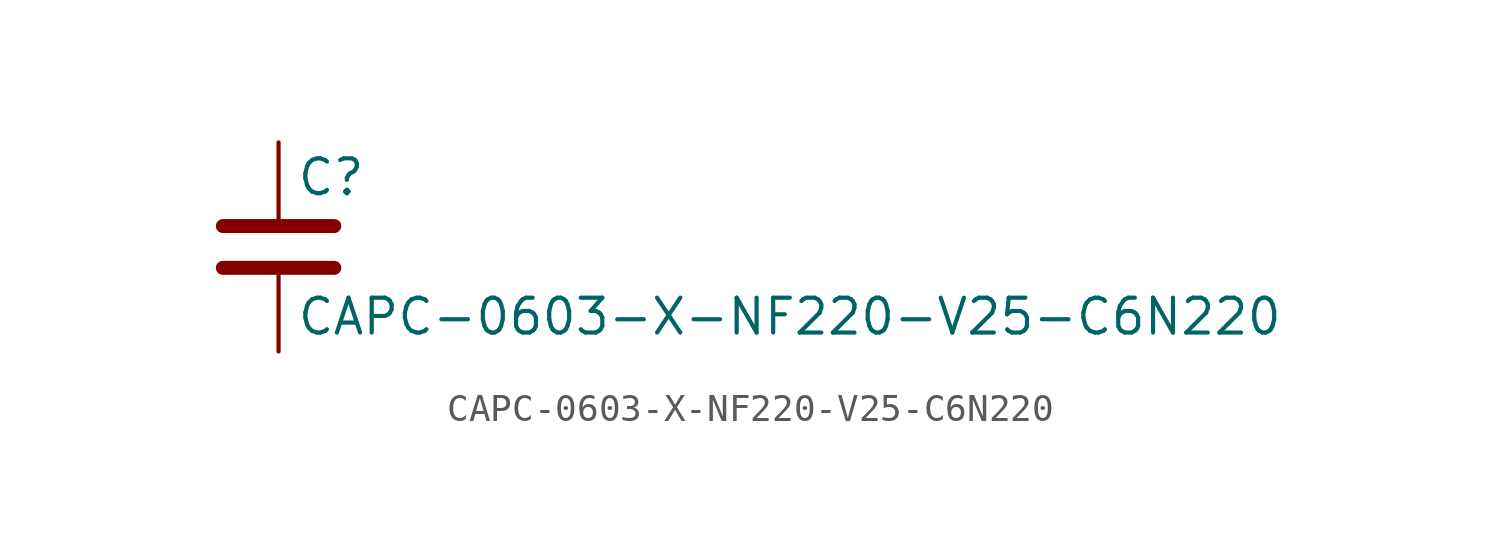
<source format=kicad_sym>
(kicad_symbol_lib
  (version 20211014)
  (generator kicad_symbol_editor)
  (symbol "CAPC-0603-X-NF220-V25-C6N220"
    (pin_numbers hide)
    (pin_names
      (offset 0.254))
    (property "Reference" "C"
      (at 0.635 2.54 0)
      (effects (font (size 1.27 1.27)) (justify left)))
    (property "Value" "CAPC-0603-X-NF220-V25-C6N220"
      (at 0.635 -2.54 0)
      (effects (font (size 1.27 1.27)) (justify left)))
    (symbol "CAPC-0603-X-NF220-V25-C6N220_0_1"
      (polyline (pts (xy -2.032 -0.762) (xy 2.032 -0.762)) (stroke (width 0.508) (type default) (color 0 0 0 0)) (fill (type none)))
      (polyline (pts (xy -2.032 0.762) (xy 2.032 0.762)) (stroke (width 0.508) (type default) (color 0 0 0 0)) (fill (type none))))
    (symbol "CAPC-0603-X-NF220-V25-C6N220_1_1"
      (pin passive line (at 0 3.81 270) (length 2.794) (name "~" (effects (font (size 1.27 1.27)))) (number "1" (effects (font (size 1.27 1.27)))))
      (pin passive line (at 0 -3.81 90) (length 2.794) (name "~" (effects (font (size 1.27 1.27)))) (number "2" (effects (font (size 1.27 1.27))))))))
</source>
